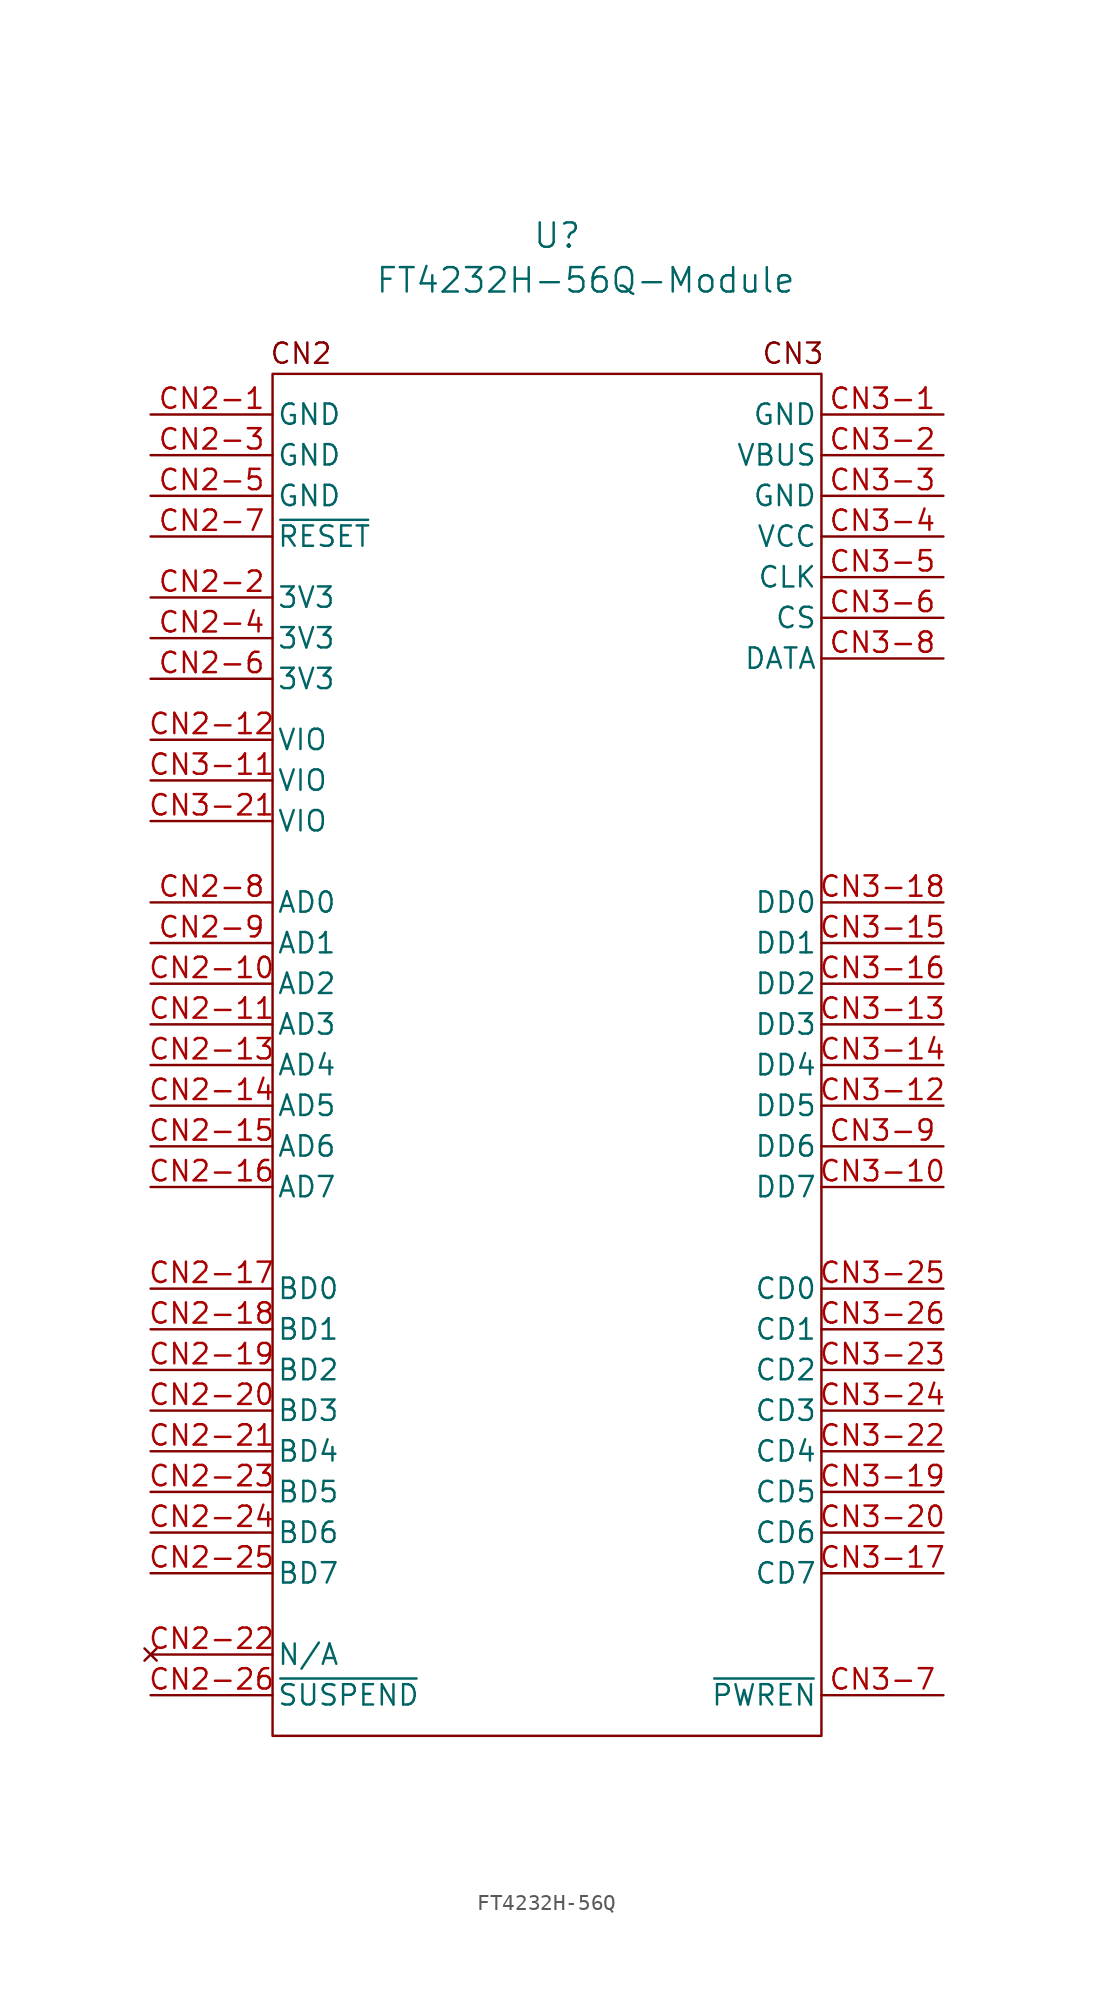
<source format=kicad_sym>
(kicad_symbol_lib
  (version 20231120)
  (generator "kicad_symbol_editor")
  (generator_version "8.0")
  (symbol "FT4232H-56Q"
    (pin_names
      (offset 0.254))
    (property "Reference" "U"
      (at 0 13.716 0)
      (effects (font (size 1.524 1.524))))
    (property "Value" "FT4232H-56Q-Module"
      (at 1.778 10.922 0)
      (effects (font (size 1.524 1.524))))
    (symbol "FT4232H-56Q_1_1"
      (rectangle (start -17.78 5.08) (end 16.51 -80.01) (stroke (width 0) (type default)) (fill (type none)))
      (text "CN2" (at -16.002 6.35 0) (effects (font (size 1.27 1.27))))
      (text "CN3" (at 14.732 6.35 0) (effects (font (size 1.27 1.27))))
      (pin power_in line (at -25.4 2.54 0) (length 7.62) (name "GND" (effects (font (size 1.27 1.27)))) (number "CN2-1" (effects (font (size 1.27 1.27)))))
      (pin bidirectional line (at -25.4 -33.02 0) (length 7.62) (name "AD2" (effects (font (size 1.27 1.27)))) (number "CN2-10" (effects (font (size 1.27 1.27)))))
      (pin bidirectional line (at -25.4 -35.56 0) (length 7.62) (name "AD3" (effects (font (size 1.27 1.27)))) (number "CN2-11" (effects (font (size 1.27 1.27)))))
      (pin power_in line (at -25.4 -17.78 0) (length 7.62) (name "VIO" (effects (font (size 1.27 1.27)))) (number "CN2-12" (effects (font (size 1.27 1.27)))))
      (pin bidirectional line (at -25.4 -38.1 0) (length 7.62) (name "AD4" (effects (font (size 1.27 1.27)))) (number "CN2-13" (effects (font (size 1.27 1.27)))))
      (pin bidirectional line (at -25.4 -40.64 0) (length 7.62) (name "AD5" (effects (font (size 1.27 1.27)))) (number "CN2-14" (effects (font (size 1.27 1.27)))))
      (pin bidirectional line (at -25.4 -43.18 0) (length 7.62) (name "AD6" (effects (font (size 1.27 1.27)))) (number "CN2-15" (effects (font (size 1.27 1.27)))))
      (pin bidirectional line (at -25.4 -45.72 0) (length 7.62) (name "AD7" (effects (font (size 1.27 1.27)))) (number "CN2-16" (effects (font (size 1.27 1.27)))))
      (pin bidirectional line (at -25.4 -52.07 0) (length 7.62) (name "BD0" (effects (font (size 1.27 1.27)))) (number "CN2-17" (effects (font (size 1.27 1.27)))))
      (pin bidirectional line (at -25.4 -54.61 0) (length 7.62) (name "BD1" (effects (font (size 1.27 1.27)))) (number "CN2-18" (effects (font (size 1.27 1.27)))))
      (pin bidirectional line (at -25.4 -57.15 0) (length 7.62) (name "BD2" (effects (font (size 1.27 1.27)))) (number "CN2-19" (effects (font (size 1.27 1.27)))))
      (pin power_out line (at -25.4 -8.89 0) (length 7.62) (name "3V3" (effects (font (size 1.27 1.27)))) (number "CN2-2" (effects (font (size 1.27 1.27)))))
      (pin bidirectional line (at -25.4 -59.69 0) (length 7.62) (name "BD3" (effects (font (size 1.27 1.27)))) (number "CN2-20" (effects (font (size 1.27 1.27)))))
      (pin bidirectional line (at -25.4 -62.23 0) (length 7.62) (name "BD4" (effects (font (size 1.27 1.27)))) (number "CN2-21" (effects (font (size 1.27 1.27)))))
      (pin no_connect line (at -25.4 -74.93 0) (length 7.62) (name "N/A" (effects (font (size 1.27 1.27)))) (number "CN2-22" (effects (font (size 1.27 1.27)))))
      (pin bidirectional line (at -25.4 -64.77 0) (length 7.62) (name "BD5" (effects (font (size 1.27 1.27)))) (number "CN2-23" (effects (font (size 1.27 1.27)))))
      (pin bidirectional line (at -25.4 -67.31 0) (length 7.62) (name "BD6" (effects (font (size 1.27 1.27)))) (number "CN2-24" (effects (font (size 1.27 1.27)))))
      (pin bidirectional line (at -25.4 -69.85 0) (length 7.62) (name "BD7" (effects (font (size 1.27 1.27)))) (number "CN2-25" (effects (font (size 1.27 1.27)))))
      (pin input line (at -25.4 -77.47 0) (length 7.62) (name "~{SUSPEND}" (effects (font (size 1.27 1.27)))) (number "CN2-26" (effects (font (size 1.27 1.27)))))
      (pin power_in line (at -25.4 0 0) (length 7.62) (name "GND" (effects (font (size 1.27 1.27)))) (number "CN2-3" (effects (font (size 1.27 1.27)))))
      (pin power_out line (at -25.4 -11.43 0) (length 7.62) (name "3V3" (effects (font (size 1.27 1.27)))) (number "CN2-4" (effects (font (size 1.27 1.27)))))
      (pin power_in line (at -25.4 -2.54 0) (length 7.62) (name "GND" (effects (font (size 1.27 1.27)))) (number "CN2-5" (effects (font (size 1.27 1.27)))))
      (pin power_out line (at -25.4 -13.97 0) (length 7.62) (name "3V3" (effects (font (size 1.27 1.27)))) (number "CN2-6" (effects (font (size 1.27 1.27)))))
      (pin input line (at -25.4 -5.08 0) (length 7.62) (name "~{RESET}" (effects (font (size 1.27 1.27)))) (number "CN2-7" (effects (font (size 1.27 1.27)))))
      (pin bidirectional line (at -25.4 -27.94 0) (length 7.62) (name "AD0" (effects (font (size 1.27 1.27)))) (number "CN2-8" (effects (font (size 1.27 1.27)))))
      (pin bidirectional line (at -25.4 -30.48 0) (length 7.62) (name "AD1" (effects (font (size 1.27 1.27)))) (number "CN2-9" (effects (font (size 1.27 1.27)))))
      (pin power_in line (at 24.13 2.54 180) (length 7.62) (name "GND" (effects (font (size 1.27 1.27)))) (number "CN3-1" (effects (font (size 1.27 1.27)))))
      (pin bidirectional line (at 24.13 -45.72 180) (length 7.62) (name "DD7" (effects (font (size 1.27 1.27)))) (number "CN3-10" (effects (font (size 1.27 1.27)))))
      (pin power_in line (at -25.4 -20.32 0) (length 7.62) (name "VIO" (effects (font (size 1.27 1.27)))) (number "CN3-11" (effects (font (size 1.27 1.27)))))
      (pin bidirectional line (at 24.13 -40.64 180) (length 7.62) (name "DD5" (effects (font (size 1.27 1.27)))) (number "CN3-12" (effects (font (size 1.27 1.27)))))
      (pin bidirectional line (at 24.13 -35.56 180) (length 7.62) (name "DD3" (effects (font (size 1.27 1.27)))) (number "CN3-13" (effects (font (size 1.27 1.27)))))
      (pin bidirectional line (at 24.13 -38.1 180) (length 7.62) (name "DD4" (effects (font (size 1.27 1.27)))) (number "CN3-14" (effects (font (size 1.27 1.27)))))
      (pin bidirectional line (at 24.13 -30.48 180) (length 7.62) (name "DD1" (effects (font (size 1.27 1.27)))) (number "CN3-15" (effects (font (size 1.27 1.27)))))
      (pin bidirectional line (at 24.13 -33.02 180) (length 7.62) (name "DD2" (effects (font (size 1.27 1.27)))) (number "CN3-16" (effects (font (size 1.27 1.27)))))
      (pin bidirectional line (at 24.13 -69.85 180) (length 7.62) (name "CD7" (effects (font (size 1.27 1.27)))) (number "CN3-17" (effects (font (size 1.27 1.27)))))
      (pin bidirectional line (at 24.13 -27.94 180) (length 7.62) (name "DD0" (effects (font (size 1.27 1.27)))) (number "CN3-18" (effects (font (size 1.27 1.27)))))
      (pin bidirectional line (at 24.13 -64.77 180) (length 7.62) (name "CD5" (effects (font (size 1.27 1.27)))) (number "CN3-19" (effects (font (size 1.27 1.27)))))
      (pin power_out line (at 24.13 0 180) (length 7.62) (name "VBUS" (effects (font (size 1.27 1.27)))) (number "CN3-2" (effects (font (size 1.27 1.27)))))
      (pin bidirectional line (at 24.13 -67.31 180) (length 7.62) (name "CD6" (effects (font (size 1.27 1.27)))) (number "CN3-20" (effects (font (size 1.27 1.27)))))
      (pin power_in line (at -25.4 -22.86 0) (length 7.62) (name "VIO" (effects (font (size 1.27 1.27)))) (number "CN3-21" (effects (font (size 1.27 1.27)))))
      (pin bidirectional line (at 24.13 -62.23 180) (length 7.62) (name "CD4" (effects (font (size 1.27 1.27)))) (number "CN3-22" (effects (font (size 1.27 1.27)))))
      (pin bidirectional line (at 24.13 -57.15 180) (length 7.62) (name "CD2" (effects (font (size 1.27 1.27)))) (number "CN3-23" (effects (font (size 1.27 1.27)))))
      (pin bidirectional line (at 24.13 -59.69 180) (length 7.62) (name "CD3" (effects (font (size 1.27 1.27)))) (number "CN3-24" (effects (font (size 1.27 1.27)))))
      (pin bidirectional line (at 24.13 -52.07 180) (length 7.62) (name "CD0" (effects (font (size 1.27 1.27)))) (number "CN3-25" (effects (font (size 1.27 1.27)))))
      (pin bidirectional line (at 24.13 -54.61 180) (length 7.62) (name "CD1" (effects (font (size 1.27 1.27)))) (number "CN3-26" (effects (font (size 1.27 1.27)))))
      (pin power_in line (at 24.13 -2.54 180) (length 7.62) (name "GND" (effects (font (size 1.27 1.27)))) (number "CN3-3" (effects (font (size 1.27 1.27)))))
      (pin power_in line (at 24.13 -5.08 180) (length 7.62) (name "VCC" (effects (font (size 1.27 1.27)))) (number "CN3-4" (effects (font (size 1.27 1.27)))))
      (pin input line (at 24.13 -7.62 180) (length 7.62) (name "CLK" (effects (font (size 1.27 1.27)))) (number "CN3-5" (effects (font (size 1.27 1.27)))))
      (pin input line (at 24.13 -10.16 180) (length 7.62) (name "CS" (effects (font (size 1.27 1.27)))) (number "CN3-6" (effects (font (size 1.27 1.27)))))
      (pin input line (at 24.13 -77.47 180) (length 7.62) (name "~{PWREN}" (effects (font (size 1.27 1.27)))) (number "CN3-7" (effects (font (size 1.27 1.27)))))
      (pin bidirectional line (at 24.13 -12.7 180) (length 7.62) (name "DATA" (effects (font (size 1.27 1.27)))) (number "CN3-8" (effects (font (size 1.27 1.27)))))
      (pin bidirectional line (at 24.13 -43.18 180) (length 7.62) (name "DD6" (effects (font (size 1.27 1.27)))) (number "CN3-9" (effects (font (size 1.27 1.27))))))))
</source>
